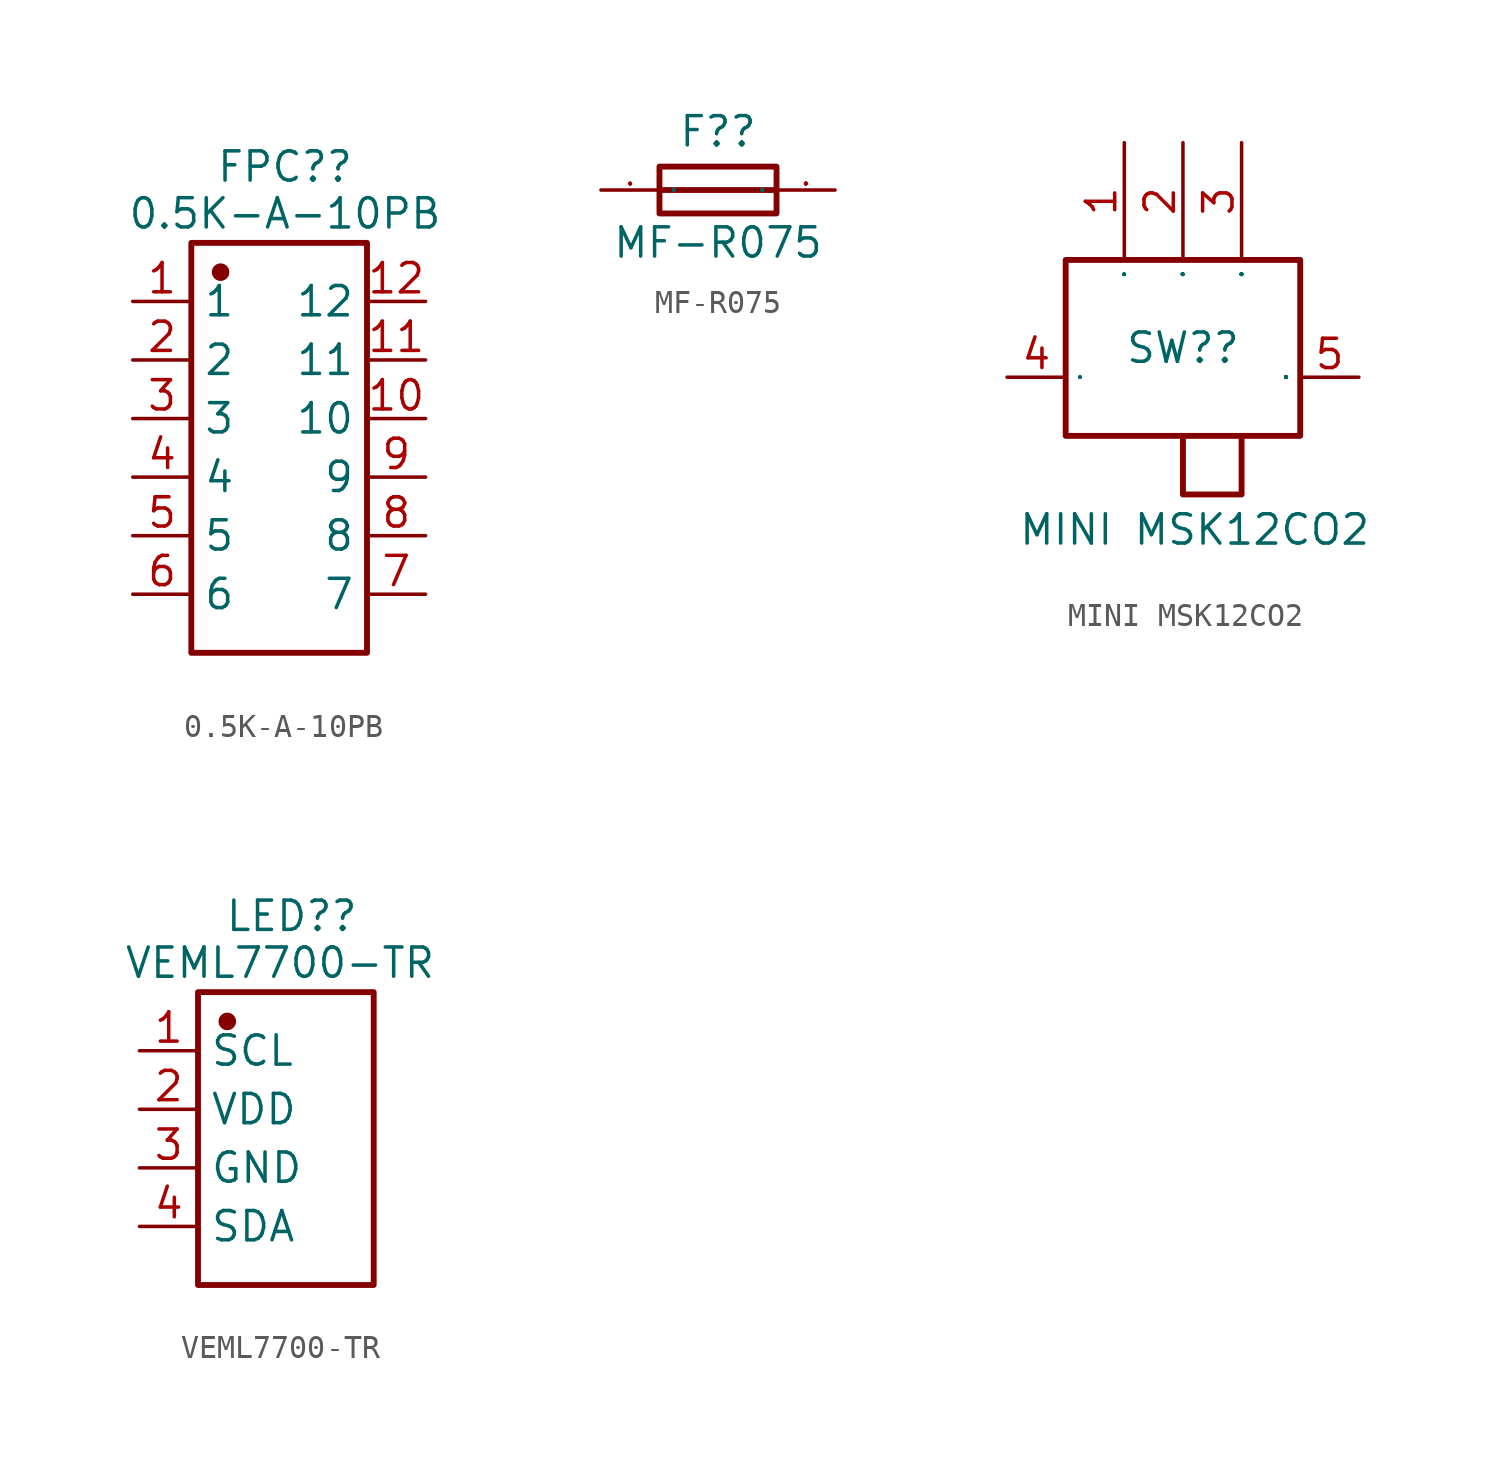
<source format=kicad_sym>
(kicad_symbol_lib
  (version 20241209)
  (generator "kicad_symbol_editor")
  (generator_version "9.0")
  (symbol "0.5K-A-10PB"
    (property "Reference" "FPC?"
      (at 0.254 12.192 0)
      (effects (font (size 1.27 1.27))))
    (property "Value" "0.5K-A-10PB"
      (at 0.254 10.16 0)
      (effects (font (size 1.27 1.27))))
    (symbol "0.5K-A-10PB_0_0"
      (rectangle (start -3.81 8.89) (end 3.81 -8.89) (stroke (width 0.254) (type solid)) (fill (type none)))
      (circle (center -2.54 7.62) (radius 0.254) (stroke (width 0.254) (type solid)) (fill (type outline)))
      (pin unspecified line (at -6.35 6.35 0) (length 2.54) (name "1" (effects (font (size 1.27 1.27)))) (number "1" (effects (font (size 1.27 1.27)))))
      (pin unspecified line (at -6.35 3.81 0) (length 2.54) (name "2" (effects (font (size 1.27 1.27)))) (number "2" (effects (font (size 1.27 1.27)))))
      (pin unspecified line (at -6.35 1.27 0) (length 2.54) (name "3" (effects (font (size 1.27 1.27)))) (number "3" (effects (font (size 1.27 1.27)))))
      (pin unspecified line (at -6.35 -1.27 0) (length 2.54) (name "4" (effects (font (size 1.27 1.27)))) (number "4" (effects (font (size 1.27 1.27)))))
      (pin unspecified line (at -6.35 -3.81 0) (length 2.54) (name "5" (effects (font (size 1.27 1.27)))) (number "5" (effects (font (size 1.27 1.27)))))
      (pin unspecified line (at -6.35 -6.35 0) (length 2.54) (name "6" (effects (font (size 1.27 1.27)))) (number "6" (effects (font (size 1.27 1.27)))))
      (pin unspecified line (at 6.35 6.35 180) (length 2.54) (name "12" (effects (font (size 1.27 1.27)))) (number "12" (effects (font (size 1.27 1.27)))))
      (pin unspecified line (at 6.35 3.81 180) (length 2.54) (name "11" (effects (font (size 1.27 1.27)))) (number "11" (effects (font (size 1.27 1.27)))))
      (pin unspecified line (at 6.35 1.27 180) (length 2.54) (name "10" (effects (font (size 1.27 1.27)))) (number "10" (effects (font (size 1.27 1.27)))))
      (pin unspecified line (at 6.35 -1.27 180) (length 2.54) (name "9" (effects (font (size 1.27 1.27)))) (number "9" (effects (font (size 1.27 1.27)))))
      (pin unspecified line (at 6.35 -3.81 180) (length 2.54) (name "8" (effects (font (size 1.27 1.27)))) (number "8" (effects (font (size 1.27 1.27)))))
      (pin unspecified line (at 6.35 -6.35 180) (length 2.54) (name "7" (effects (font (size 1.27 1.27)))) (number "7" (effects (font (size 1.27 1.27)))))))
  (symbol "MF-R075"
    (property "Reference" "F?"
      (at 0 2.54 0)
      (effects (font (size 1.27 1.27))))
    (property "Value" "MF-R075"
      (at 0 -2.286 0)
      (effects (font (size 1.27 1.27))))
    (symbol "MF-R075_0_0"
      (rectangle (start -2.54 1.016) (end 2.54 -1.016) (stroke (width 0.254) (type solid)) (fill (type none)))
      (polyline (pts (xy -2.54 0) (xy 2.54 0)) (stroke (width 0.254) (type solid)) (fill (type none)))
      (pin unspecified line (at -5.08 0 0) (length 2.54) (name "1" (effects (font (size 0.025 0.025)))) (number "1" (effects (font (size 0.025 0.025)))))
      (pin unspecified line (at 5.08 0 180) (length 2.54) (name "2" (effects (font (size 0.025 0.025)))) (number "2" (effects (font (size 0.025 0.025)))))))
  (symbol "MINI MSK12CO2"
    (property "Reference" "SW?"
      (at 0 -1.27 0)
      (effects (font (size 1.27 1.27))))
    (property "Value" "MINI MSK12CO2"
      (at 0.508 -9.144 0)
      (effects (font (size 1.27 1.27))))
    (symbol "MINI MSK12CO2_0_0"
      (rectangle (start -5.08 2.54) (end 5.08 -5.08) (stroke (width 0.254) (type solid)) (fill (type none)))
      (polyline (pts (xy 0 -5.08) (xy 0 -7.62) (xy 2.54 -7.62) (xy 2.54 -5.08)) (stroke (width 0.254) (type solid)) (fill (type none)))
      (pin unspecified line (at -7.62 -2.54 0) (length 2.54) (name "4" (effects (font (size 0.025 0.025)))) (number "4" (effects (font (size 1.27 1.27)))))
      (pin unspecified line (at -2.54 7.62 270) (length 5.08) (name "1" (effects (font (size 0.025 0.025)))) (number "1" (effects (font (size 1.27 1.27)))))
      (pin unspecified line (at 0 7.62 270) (length 5.08) (name "2" (effects (font (size 0.025 0.025)))) (number "2" (effects (font (size 1.27 1.27)))))
      (pin unspecified line (at 2.54 7.62 270) (length 5.08) (name "3" (effects (font (size 0.025 0.025)))) (number "3" (effects (font (size 1.27 1.27)))))
      (pin unspecified line (at 7.62 -2.54 180) (length 2.54) (name "5" (effects (font (size 0.025 0.025)))) (number "5" (effects (font (size 1.27 1.27)))))))
  (symbol "VEML7700-TR"
    (property "Reference" "LED?"
      (at 0.254 9.652 0)
      (effects (font (size 1.27 1.27))))
    (property "Value" "VEML7700-TR"
      (at -0.254 7.62 0)
      (effects (font (size 1.27 1.27))))
    (symbol "VEML7700-TR_0_0"
      (rectangle (start -3.81 6.35) (end 3.81 -6.35) (stroke (width 0.254) (type solid)) (fill (type none)))
      (circle (center -2.54 5.08) (radius 0.254) (stroke (width 0.254) (type solid)) (fill (type outline)))
      (pin unspecified line (at -6.35 3.81 0) (length 2.54) (name "SCL" (effects (font (size 1.27 1.27)))) (number "1" (effects (font (size 1.27 1.27)))))
      (pin unspecified line (at -6.35 1.27 0) (length 2.54) (name "VDD" (effects (font (size 1.27 1.27)))) (number "2" (effects (font (size 1.27 1.27)))))
      (pin unspecified line (at -6.35 -1.27 0) (length 2.54) (name "GND" (effects (font (size 1.27 1.27)))) (number "3" (effects (font (size 1.27 1.27)))))
      (pin unspecified line (at -6.35 -3.81 0) (length 2.54) (name "SDA" (effects (font (size 1.27 1.27)))) (number "4" (effects (font (size 1.27 1.27))))))))
</source>
